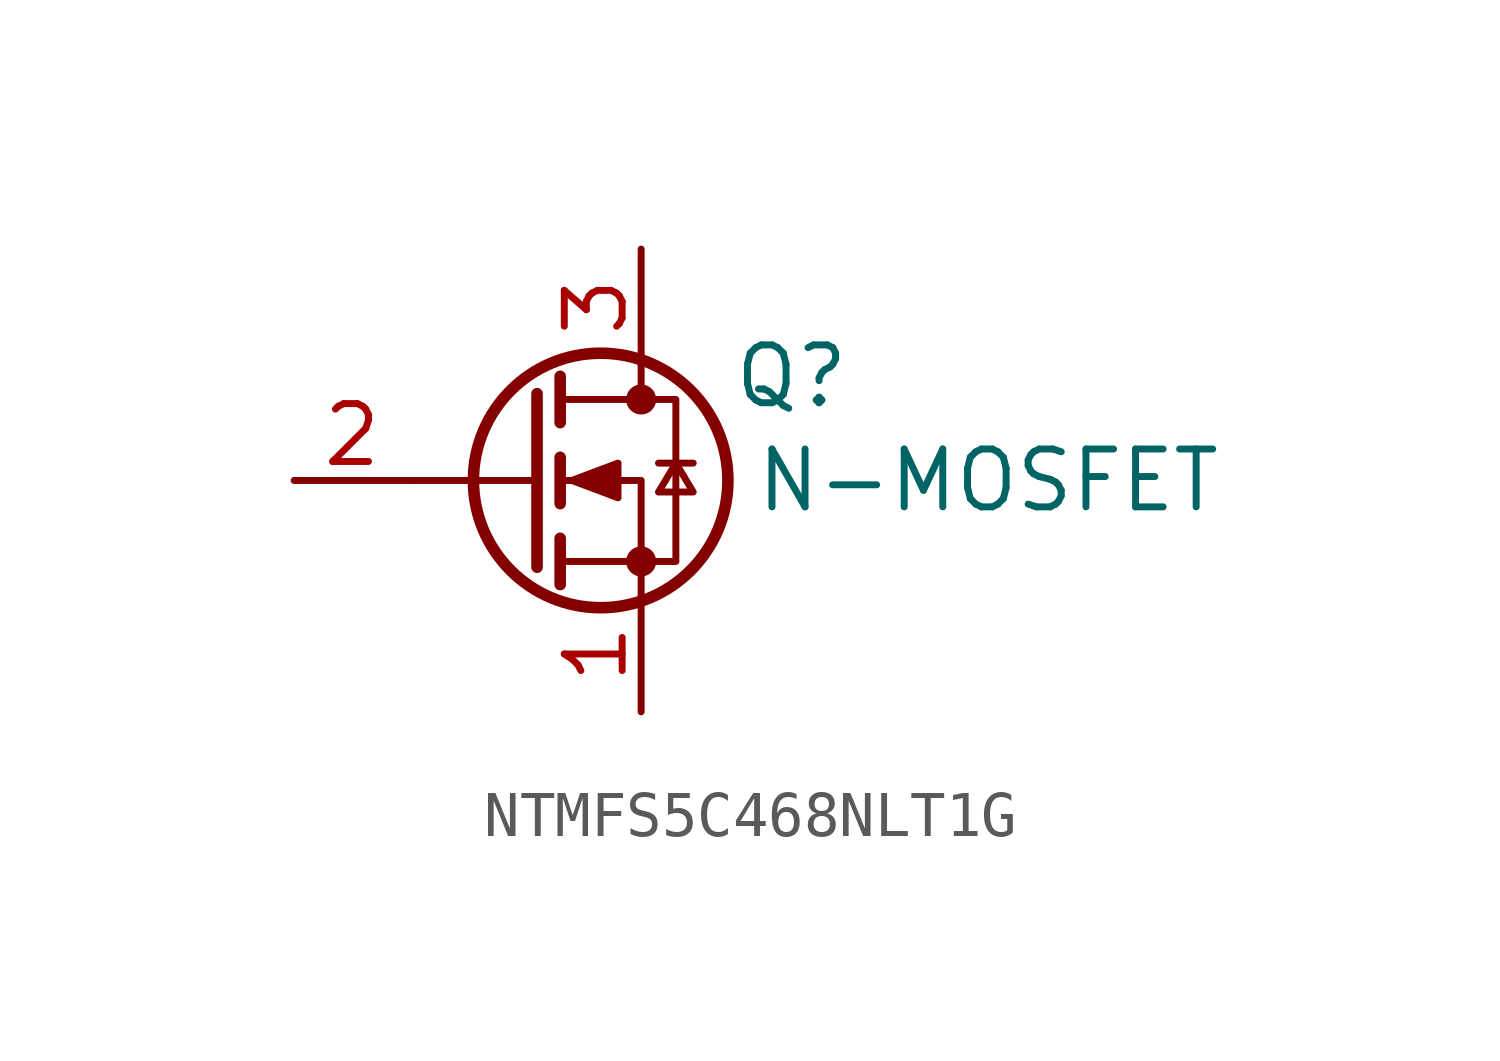
<source format=kicad_sym>
(kicad_symbol_lib
  (version 20241209)
  (generator "kicad_symbol_editor")
  (generator_version "9.0")
  (symbol "NTMFS5C468NLT1G"
    (property "Reference" "Q"
      (at 3.302 2.286 0)
      (effects (font (size 1.27 1.27))))
    (property "Value" "N-MOSFET"
      (at 7.62 0 0)
      (effects (font (size 1.27 1.27))))
    (symbol "NTMFS5C468NLT1G_0_1"
      (polyline (pts (xy -2.286 1.905) (xy -2.286 -1.905)) (stroke (width 0.254) (type default)) (fill (type none)))
      (polyline (pts (xy -2.286 0) (xy -5.08 0)) (stroke (width 0) (type default)) (fill (type none)))
      (polyline (pts (xy -1.778 2.286) (xy -1.778 1.27)) (stroke (width 0.254) (type default)) (fill (type none)))
      (polyline (pts (xy -1.778 0.508) (xy -1.778 -0.508)) (stroke (width 0.254) (type default)) (fill (type none)))
      (polyline (pts (xy -1.778 -1.27) (xy -1.778 -2.286)) (stroke (width 0.254) (type default)) (fill (type none)))
      (polyline (pts (xy -1.778 -1.778) (xy 0.762 -1.778) (xy 0.762 1.778) (xy -1.778 1.778)) (stroke (width 0) (type default)) (fill (type none)))
      (polyline (pts (xy -1.524 0) (xy -0.508 0.381) (xy -0.508 -0.381) (xy -1.524 0)) (stroke (width 0) (type default)) (fill (type outline)))
      (circle (center -0.889 0) (radius 2.794) (stroke (width 0.254) (type default)) (fill (type none)))
      (polyline (pts (xy 0 2.54) (xy 0 1.778)) (stroke (width 0) (type default)) (fill (type none)))
      (circle (center 0 1.778) (radius 0.254) (stroke (width 0) (type default)) (fill (type outline)))
      (circle (center 0 -1.778) (radius 0.254) (stroke (width 0) (type default)) (fill (type outline)))
      (polyline (pts (xy 0 -2.54) (xy 0 0) (xy -1.778 0)) (stroke (width 0) (type default)) (fill (type none)))
      (polyline (pts (xy 0.381 0.381) (xy 1.143 0.381)) (stroke (width 0) (type default)) (fill (type none)))
      (polyline (pts (xy 0.762 0.381) (xy 0.381 -0.254) (xy 1.143 -0.254) (xy 0.762 0.381)) (stroke (width 0) (type default)) (fill (type none))))
    (symbol "NTMFS5C468NLT1G_1_1"
      (pin input line (at -7.62 0 0) (length 2.54) (name "G" (effects (font (size 0 0)))) (number "2" (effects (font (size 1.27 1.27)))))
      (pin passive line (at 0 5.08 270) (length 2.54) (name "D" (effects (font (size 0 0)))) (number "3" (effects (font (size 1.27 1.27)))))
      (pin passive line (at 0 -5.08 90) (length 2.54) (name "S" (effects (font (size 0 0)))) (number "1" (effects (font (size 1.27 1.27))))))))
</source>
